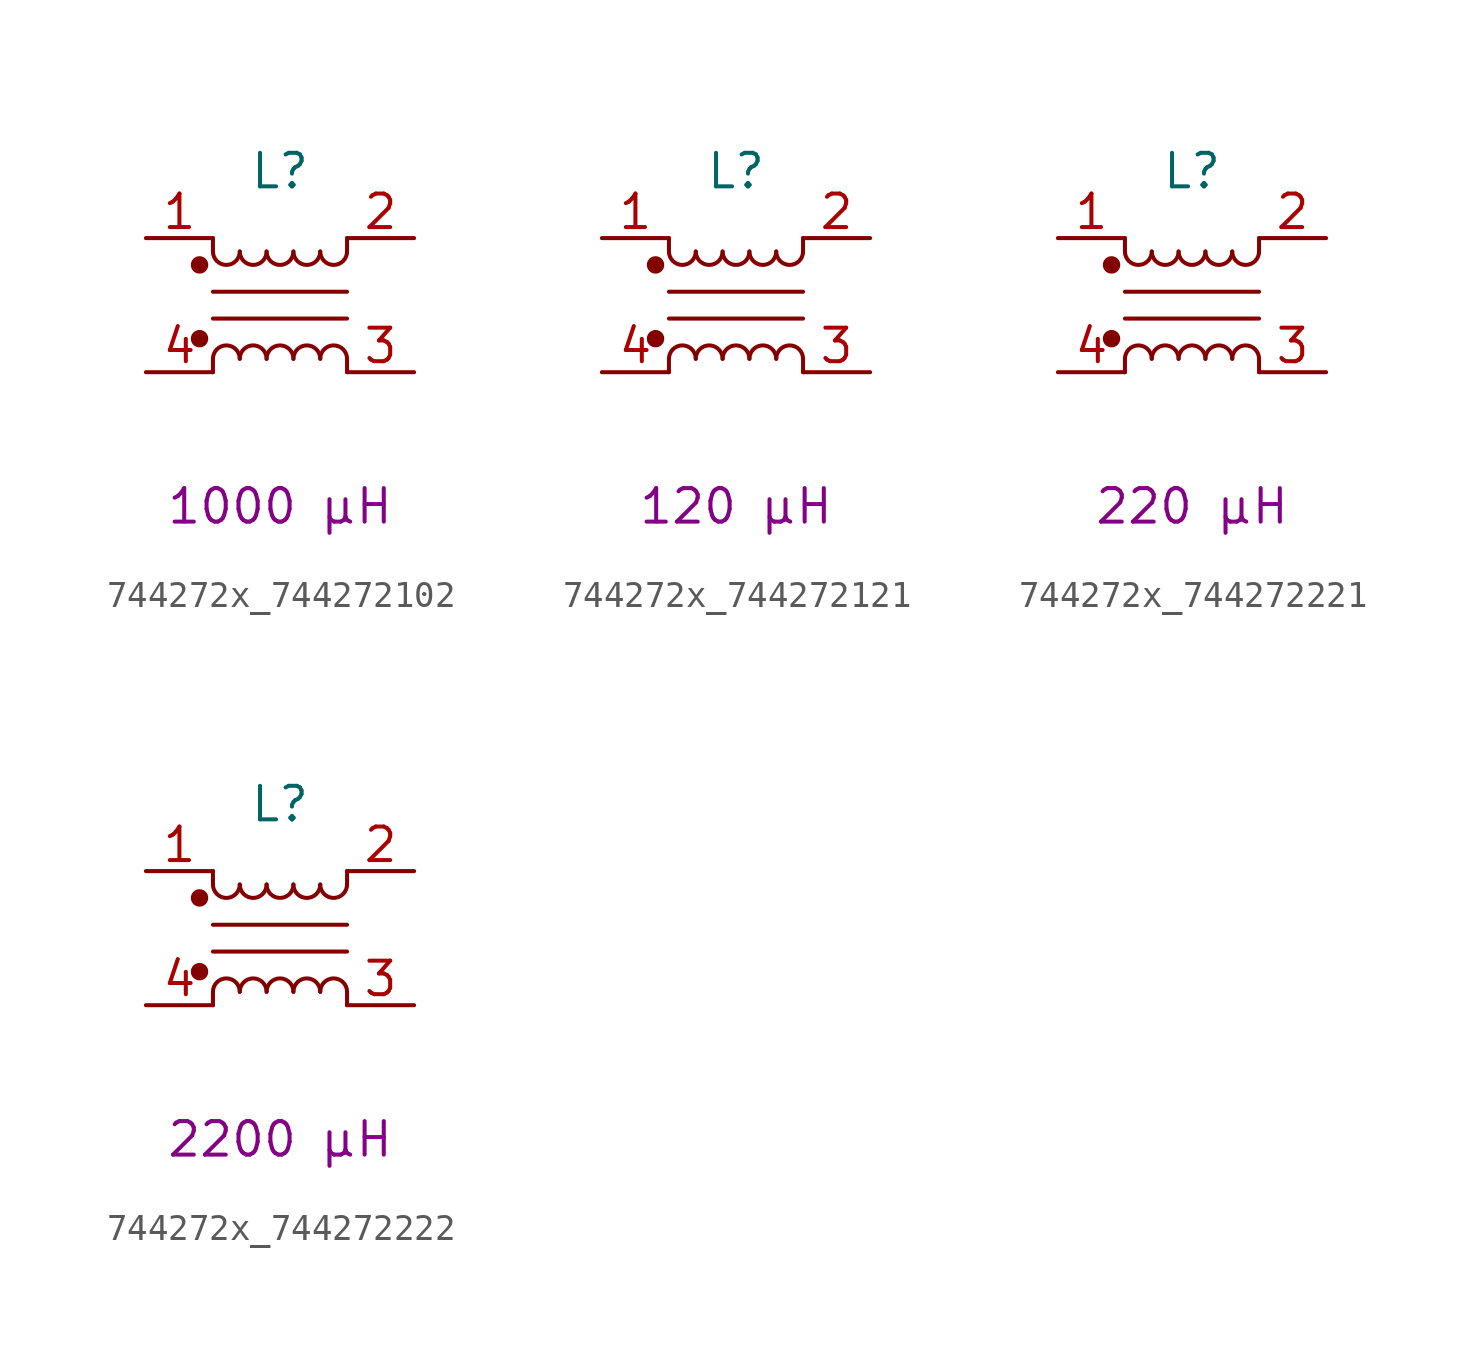
<source format=kicad_sym>
(kicad_symbol_lib
  (version 20220914)
  (generator kicad_symbol_editor)
  (symbol "744272x_744272102"
    (pin_names hide)
    (property "Reference" "L"
      (at 0 5.08 0)
      (effects (font (size 1.27 1.27))))
    (property "Critical Parameter" "1000 µH"
      (at 0 -7.62 0)
      (effects (font (size 1.27 1.27))))
    (symbol "744272x_744272102_0_1"
      (circle (center -3.048 -1.27) (radius 0.254) (stroke (width 0) (type default)) (fill (type outline)))
      (circle (center -3.048 1.524) (radius 0.254) (stroke (width 0) (type default)) (fill (type outline)))
      (arc (start -2.54 2.032) (mid -2.032 1.5262) (end -1.524 2.032) (stroke (width 0) (type default)) (fill (type none)))
      (arc (start -1.524 -2.032) (mid -2.032 -1.5262) (end -2.54 -2.032) (stroke (width 0) (type default)) (fill (type none)))
      (arc (start -1.524 2.032) (mid -1.016 1.5262) (end -0.508 2.032) (stroke (width 0) (type default)) (fill (type none)))
      (arc (start -0.508 -2.032) (mid -1.016 -1.5262) (end -1.524 -2.032) (stroke (width 0) (type default)) (fill (type none)))
      (arc (start -0.508 2.032) (mid 0 1.5262) (end 0.508 2.032) (stroke (width 0) (type default)) (fill (type none)))
      (polyline (pts (xy -2.54 -2.032) (xy -2.54 -2.54)) (stroke (width 0) (type default)) (fill (type none)))
      (polyline (pts (xy -2.54 0.508) (xy 2.54 0.508)) (stroke (width 0) (type default)) (fill (type none)))
      (polyline (pts (xy -2.54 2.032) (xy -2.54 2.54)) (stroke (width 0) (type default)) (fill (type none)))
      (polyline (pts (xy 2.54 -2.032) (xy 2.54 -2.54)) (stroke (width 0) (type default)) (fill (type none)))
      (polyline (pts (xy 2.54 -0.508) (xy -2.54 -0.508)) (stroke (width 0) (type default)) (fill (type none)))
      (polyline (pts (xy 2.54 2.54) (xy 2.54 2.032)) (stroke (width 0) (type default)) (fill (type none)))
      (arc (start 0.508 -2.032) (mid 0 -1.5262) (end -0.508 -2.032) (stroke (width 0) (type default)) (fill (type none)))
      (arc (start 0.508 2.032) (mid 1.016 1.5262) (end 1.524 2.032) (stroke (width 0) (type default)) (fill (type none)))
      (arc (start 1.524 -2.032) (mid 1.016 -1.5262) (end 0.508 -2.032) (stroke (width 0) (type default)) (fill (type none)))
      (arc (start 1.524 2.032) (mid 2.032 1.5262) (end 2.54 2.032) (stroke (width 0) (type default)) (fill (type none)))
      (arc (start 2.54 -2.032) (mid 2.032 -1.5262) (end 1.524 -2.032) (stroke (width 0) (type default)) (fill (type none))))
    (symbol "744272x_744272102_1_1"
      (pin passive line (at -5.08 2.54 0) (length 2.54) (name "1" (effects (font (size 1.27 1.27)))) (number "1" (effects (font (size 1.27 1.27)))))
      (pin passive line (at 5.08 2.54 180) (length 2.54) (name "2" (effects (font (size 1.27 1.27)))) (number "2" (effects (font (size 1.27 1.27)))))
      (pin passive line (at 5.08 -2.54 180) (length 2.54) (name "3" (effects (font (size 1.27 1.27)))) (number "3" (effects (font (size 1.27 1.27)))))
      (pin passive line (at -5.08 -2.54 0) (length 2.54) (name "4" (effects (font (size 1.27 1.27)))) (number "4" (effects (font (size 1.27 1.27)))))))
  (symbol "744272x_744272121"
    (pin_names hide)
    (property "Reference" "L"
      (at 0 5.08 0)
      (effects (font (size 1.27 1.27))))
    (property "Critical Parameter" "120 µH"
      (at 0 -7.62 0)
      (effects (font (size 1.27 1.27))))
    (symbol "744272x_744272121_0_1"
      (circle (center -3.048 -1.27) (radius 0.254) (stroke (width 0) (type default)) (fill (type outline)))
      (circle (center -3.048 1.524) (radius 0.254) (stroke (width 0) (type default)) (fill (type outline)))
      (arc (start -2.54 2.032) (mid -2.032 1.5262) (end -1.524 2.032) (stroke (width 0) (type default)) (fill (type none)))
      (arc (start -1.524 -2.032) (mid -2.032 -1.5262) (end -2.54 -2.032) (stroke (width 0) (type default)) (fill (type none)))
      (arc (start -1.524 2.032) (mid -1.016 1.5262) (end -0.508 2.032) (stroke (width 0) (type default)) (fill (type none)))
      (arc (start -0.508 -2.032) (mid -1.016 -1.5262) (end -1.524 -2.032) (stroke (width 0) (type default)) (fill (type none)))
      (arc (start -0.508 2.032) (mid 0 1.5262) (end 0.508 2.032) (stroke (width 0) (type default)) (fill (type none)))
      (polyline (pts (xy -2.54 -2.032) (xy -2.54 -2.54)) (stroke (width 0) (type default)) (fill (type none)))
      (polyline (pts (xy -2.54 0.508) (xy 2.54 0.508)) (stroke (width 0) (type default)) (fill (type none)))
      (polyline (pts (xy -2.54 2.032) (xy -2.54 2.54)) (stroke (width 0) (type default)) (fill (type none)))
      (polyline (pts (xy 2.54 -2.032) (xy 2.54 -2.54)) (stroke (width 0) (type default)) (fill (type none)))
      (polyline (pts (xy 2.54 -0.508) (xy -2.54 -0.508)) (stroke (width 0) (type default)) (fill (type none)))
      (polyline (pts (xy 2.54 2.54) (xy 2.54 2.032)) (stroke (width 0) (type default)) (fill (type none)))
      (arc (start 0.508 -2.032) (mid 0 -1.5262) (end -0.508 -2.032) (stroke (width 0) (type default)) (fill (type none)))
      (arc (start 0.508 2.032) (mid 1.016 1.5262) (end 1.524 2.032) (stroke (width 0) (type default)) (fill (type none)))
      (arc (start 1.524 -2.032) (mid 1.016 -1.5262) (end 0.508 -2.032) (stroke (width 0) (type default)) (fill (type none)))
      (arc (start 1.524 2.032) (mid 2.032 1.5262) (end 2.54 2.032) (stroke (width 0) (type default)) (fill (type none)))
      (arc (start 2.54 -2.032) (mid 2.032 -1.5262) (end 1.524 -2.032) (stroke (width 0) (type default)) (fill (type none))))
    (symbol "744272x_744272121_1_1"
      (pin passive line (at -5.08 2.54 0) (length 2.54) (name "1" (effects (font (size 1.27 1.27)))) (number "1" (effects (font (size 1.27 1.27)))))
      (pin passive line (at 5.08 2.54 180) (length 2.54) (name "2" (effects (font (size 1.27 1.27)))) (number "2" (effects (font (size 1.27 1.27)))))
      (pin passive line (at 5.08 -2.54 180) (length 2.54) (name "3" (effects (font (size 1.27 1.27)))) (number "3" (effects (font (size 1.27 1.27)))))
      (pin passive line (at -5.08 -2.54 0) (length 2.54) (name "4" (effects (font (size 1.27 1.27)))) (number "4" (effects (font (size 1.27 1.27)))))))
  (symbol "744272x_744272221"
    (pin_names hide)
    (property "Reference" "L"
      (at 0 5.08 0)
      (effects (font (size 1.27 1.27))))
    (property "Critical Parameter" "220 µH"
      (at 0 -7.62 0)
      (effects (font (size 1.27 1.27))))
    (symbol "744272x_744272221_0_1"
      (circle (center -3.048 -1.27) (radius 0.254) (stroke (width 0) (type default)) (fill (type outline)))
      (circle (center -3.048 1.524) (radius 0.254) (stroke (width 0) (type default)) (fill (type outline)))
      (arc (start -2.54 2.032) (mid -2.032 1.5262) (end -1.524 2.032) (stroke (width 0) (type default)) (fill (type none)))
      (arc (start -1.524 -2.032) (mid -2.032 -1.5262) (end -2.54 -2.032) (stroke (width 0) (type default)) (fill (type none)))
      (arc (start -1.524 2.032) (mid -1.016 1.5262) (end -0.508 2.032) (stroke (width 0) (type default)) (fill (type none)))
      (arc (start -0.508 -2.032) (mid -1.016 -1.5262) (end -1.524 -2.032) (stroke (width 0) (type default)) (fill (type none)))
      (arc (start -0.508 2.032) (mid 0 1.5262) (end 0.508 2.032) (stroke (width 0) (type default)) (fill (type none)))
      (polyline (pts (xy -2.54 -2.032) (xy -2.54 -2.54)) (stroke (width 0) (type default)) (fill (type none)))
      (polyline (pts (xy -2.54 0.508) (xy 2.54 0.508)) (stroke (width 0) (type default)) (fill (type none)))
      (polyline (pts (xy -2.54 2.032) (xy -2.54 2.54)) (stroke (width 0) (type default)) (fill (type none)))
      (polyline (pts (xy 2.54 -2.032) (xy 2.54 -2.54)) (stroke (width 0) (type default)) (fill (type none)))
      (polyline (pts (xy 2.54 -0.508) (xy -2.54 -0.508)) (stroke (width 0) (type default)) (fill (type none)))
      (polyline (pts (xy 2.54 2.54) (xy 2.54 2.032)) (stroke (width 0) (type default)) (fill (type none)))
      (arc (start 0.508 -2.032) (mid 0 -1.5262) (end -0.508 -2.032) (stroke (width 0) (type default)) (fill (type none)))
      (arc (start 0.508 2.032) (mid 1.016 1.5262) (end 1.524 2.032) (stroke (width 0) (type default)) (fill (type none)))
      (arc (start 1.524 -2.032) (mid 1.016 -1.5262) (end 0.508 -2.032) (stroke (width 0) (type default)) (fill (type none)))
      (arc (start 1.524 2.032) (mid 2.032 1.5262) (end 2.54 2.032) (stroke (width 0) (type default)) (fill (type none)))
      (arc (start 2.54 -2.032) (mid 2.032 -1.5262) (end 1.524 -2.032) (stroke (width 0) (type default)) (fill (type none))))
    (symbol "744272x_744272221_1_1"
      (pin passive line (at -5.08 2.54 0) (length 2.54) (name "1" (effects (font (size 1.27 1.27)))) (number "1" (effects (font (size 1.27 1.27)))))
      (pin passive line (at 5.08 2.54 180) (length 2.54) (name "2" (effects (font (size 1.27 1.27)))) (number "2" (effects (font (size 1.27 1.27)))))
      (pin passive line (at 5.08 -2.54 180) (length 2.54) (name "3" (effects (font (size 1.27 1.27)))) (number "3" (effects (font (size 1.27 1.27)))))
      (pin passive line (at -5.08 -2.54 0) (length 2.54) (name "4" (effects (font (size 1.27 1.27)))) (number "4" (effects (font (size 1.27 1.27)))))))
  (symbol "744272x_744272222"
    (pin_names hide)
    (property "Reference" "L"
      (at 0 5.08 0)
      (effects (font (size 1.27 1.27))))
    (property "Critical Parameter" "2200 µH"
      (at 0 -7.62 0)
      (effects (font (size 1.27 1.27))))
    (symbol "744272x_744272222_0_1"
      (circle (center -3.048 -1.27) (radius 0.254) (stroke (width 0) (type default)) (fill (type outline)))
      (circle (center -3.048 1.524) (radius 0.254) (stroke (width 0) (type default)) (fill (type outline)))
      (arc (start -2.54 2.032) (mid -2.032 1.5262) (end -1.524 2.032) (stroke (width 0) (type default)) (fill (type none)))
      (arc (start -1.524 -2.032) (mid -2.032 -1.5262) (end -2.54 -2.032) (stroke (width 0) (type default)) (fill (type none)))
      (arc (start -1.524 2.032) (mid -1.016 1.5262) (end -0.508 2.032) (stroke (width 0) (type default)) (fill (type none)))
      (arc (start -0.508 -2.032) (mid -1.016 -1.5262) (end -1.524 -2.032) (stroke (width 0) (type default)) (fill (type none)))
      (arc (start -0.508 2.032) (mid 0 1.5262) (end 0.508 2.032) (stroke (width 0) (type default)) (fill (type none)))
      (polyline (pts (xy -2.54 -2.032) (xy -2.54 -2.54)) (stroke (width 0) (type default)) (fill (type none)))
      (polyline (pts (xy -2.54 0.508) (xy 2.54 0.508)) (stroke (width 0) (type default)) (fill (type none)))
      (polyline (pts (xy -2.54 2.032) (xy -2.54 2.54)) (stroke (width 0) (type default)) (fill (type none)))
      (polyline (pts (xy 2.54 -2.032) (xy 2.54 -2.54)) (stroke (width 0) (type default)) (fill (type none)))
      (polyline (pts (xy 2.54 -0.508) (xy -2.54 -0.508)) (stroke (width 0) (type default)) (fill (type none)))
      (polyline (pts (xy 2.54 2.54) (xy 2.54 2.032)) (stroke (width 0) (type default)) (fill (type none)))
      (arc (start 0.508 -2.032) (mid 0 -1.5262) (end -0.508 -2.032) (stroke (width 0) (type default)) (fill (type none)))
      (arc (start 0.508 2.032) (mid 1.016 1.5262) (end 1.524 2.032) (stroke (width 0) (type default)) (fill (type none)))
      (arc (start 1.524 -2.032) (mid 1.016 -1.5262) (end 0.508 -2.032) (stroke (width 0) (type default)) (fill (type none)))
      (arc (start 1.524 2.032) (mid 2.032 1.5262) (end 2.54 2.032) (stroke (width 0) (type default)) (fill (type none)))
      (arc (start 2.54 -2.032) (mid 2.032 -1.5262) (end 1.524 -2.032) (stroke (width 0) (type default)) (fill (type none))))
    (symbol "744272x_744272222_1_1"
      (pin passive line (at -5.08 2.54 0) (length 2.54) (name "1" (effects (font (size 1.27 1.27)))) (number "1" (effects (font (size 1.27 1.27)))))
      (pin passive line (at 5.08 2.54 180) (length 2.54) (name "2" (effects (font (size 1.27 1.27)))) (number "2" (effects (font (size 1.27 1.27)))))
      (pin passive line (at 5.08 -2.54 180) (length 2.54) (name "3" (effects (font (size 1.27 1.27)))) (number "3" (effects (font (size 1.27 1.27)))))
      (pin passive line (at -5.08 -2.54 0) (length 2.54) (name "4" (effects (font (size 1.27 1.27)))) (number "4" (effects (font (size 1.27 1.27))))))))
</source>
